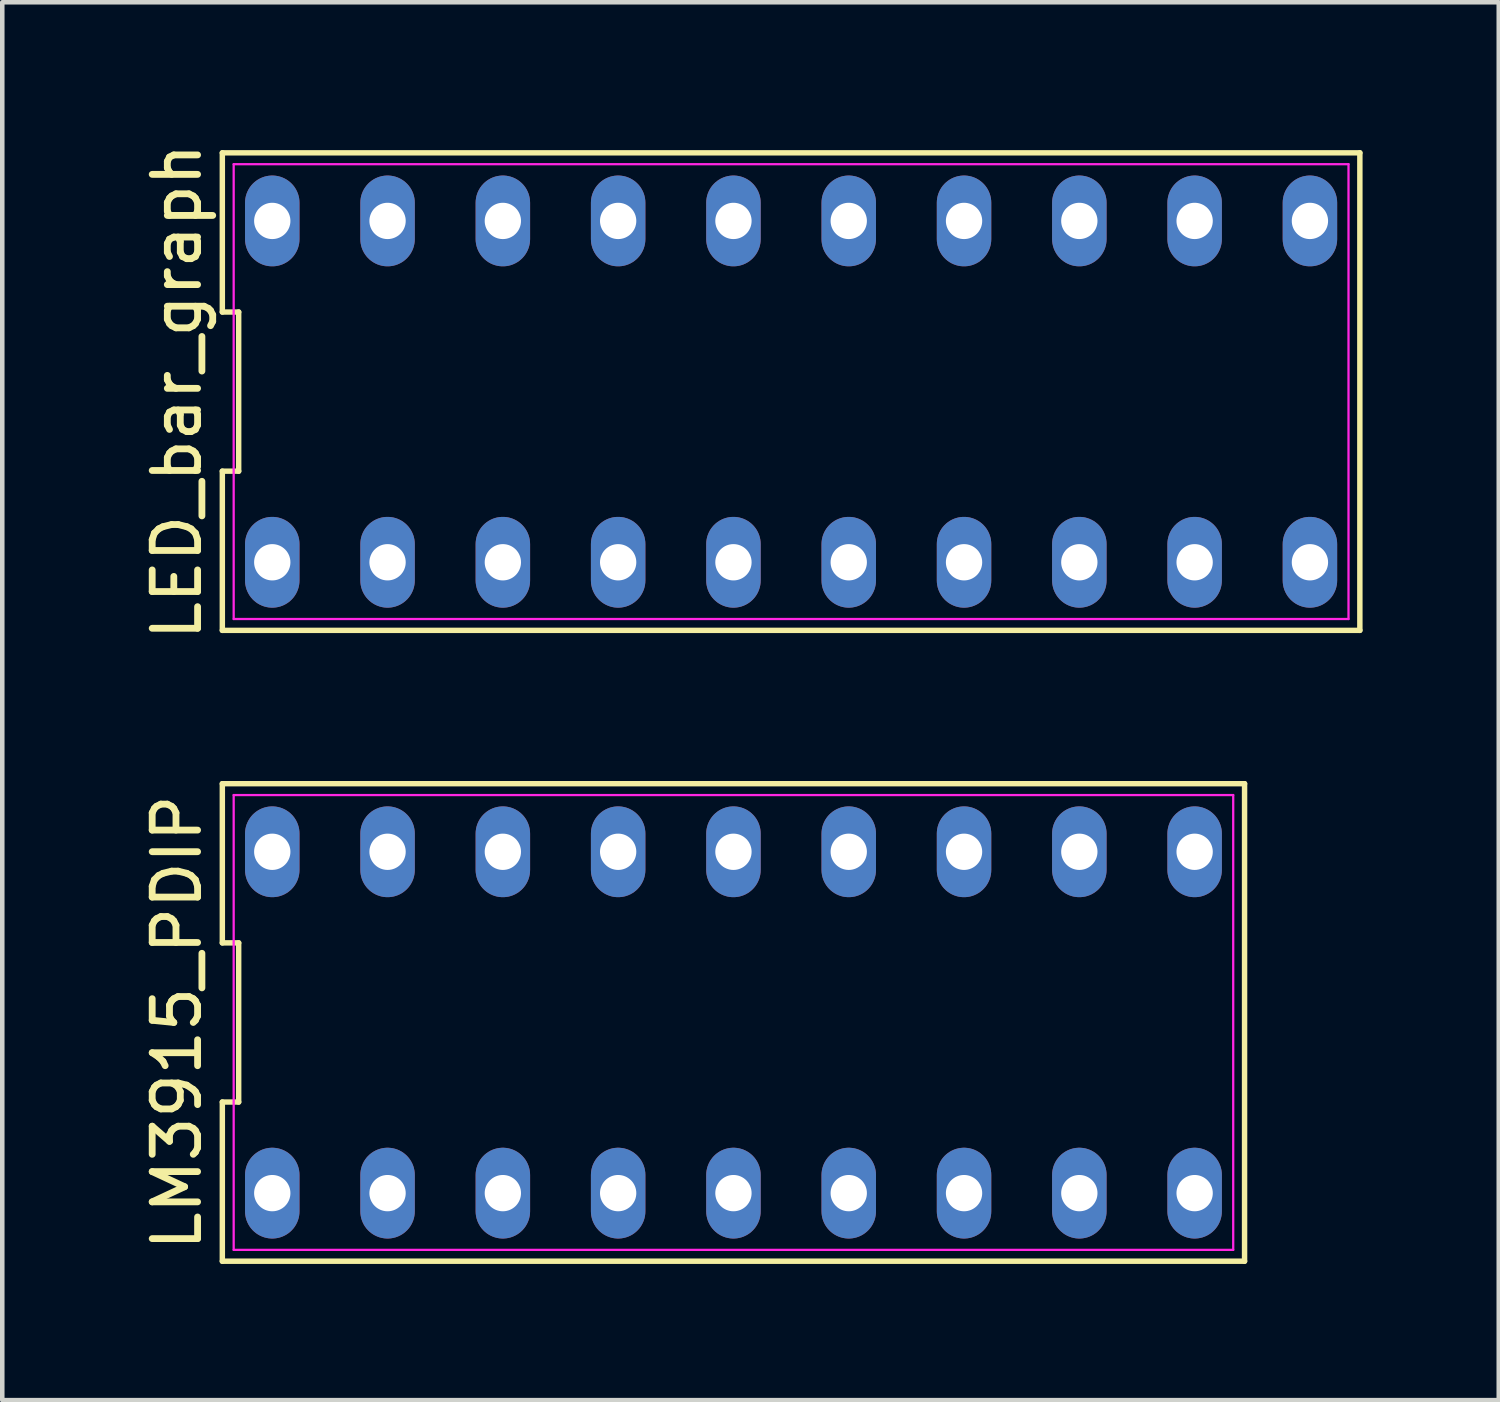
<source format=kicad_pcb>
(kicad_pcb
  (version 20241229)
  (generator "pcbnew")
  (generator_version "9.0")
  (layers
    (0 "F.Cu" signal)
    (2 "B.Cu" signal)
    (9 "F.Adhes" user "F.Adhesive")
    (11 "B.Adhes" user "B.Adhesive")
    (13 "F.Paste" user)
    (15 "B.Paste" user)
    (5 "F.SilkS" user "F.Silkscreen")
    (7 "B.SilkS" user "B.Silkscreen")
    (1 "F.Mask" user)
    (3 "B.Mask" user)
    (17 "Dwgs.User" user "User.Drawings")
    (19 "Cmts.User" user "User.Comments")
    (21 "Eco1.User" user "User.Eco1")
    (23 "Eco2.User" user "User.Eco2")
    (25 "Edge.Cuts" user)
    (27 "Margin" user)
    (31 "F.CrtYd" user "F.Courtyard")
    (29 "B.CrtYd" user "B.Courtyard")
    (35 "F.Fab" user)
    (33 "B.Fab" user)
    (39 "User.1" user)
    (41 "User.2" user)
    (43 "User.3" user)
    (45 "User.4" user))
  (footprint "LM3915_PDIP"
    (layer "F.Cu")
    (at 13.108 19.475)
    (property "Reference" "LM3915_PDIP" (at -12.26 0 90) (layer "F.SilkS") (effects (font (size 1 1) (thickness 0.15))))
    (attr through_hole)
    (fp_line (start -11.26 -5.26) (end -11.26 -1.753) (stroke (width 0.12) (type solid)) (layer "F.SilkS"))
    (fp_line (start -11.26 -1.753) (end -10.9 -1.753) (stroke (width 0.12) (type solid)) (layer "F.SilkS"))
    (fp_line (start -11.26 1.753) (end -11.26 5.26) (stroke (width 0.12) (type solid)) (layer "F.SilkS"))
    (fp_line (start -11.26 5.26) (end 11.26 5.26) (stroke (width 0.12) (type solid)) (layer "F.SilkS"))
    (fp_line (start -10.9 -1.753) (end -10.9 1.753) (stroke (width 0.12) (type solid)) (layer "F.SilkS"))
    (fp_line (start -10.9 1.753) (end -11.26 1.753) (stroke (width 0.12) (type solid)) (layer "F.SilkS"))
    (fp_line (start 11.26 -5.26) (end -11.26 -5.26) (stroke (width 0.12) (type solid)) (layer "F.SilkS"))
    (fp_line (start 11.26 5.26) (end 11.26 -5.26) (stroke (width 0.12) (type solid)) (layer "F.SilkS"))
    (fp_line (start -11.01 -5.01) (end 11.01 -5.01) (stroke (width 0.05) (type solid)) (layer "F.CrtYd"))
    (fp_line (start -11.01 5.01) (end -11.01 -5.01) (stroke (width 0.05) (type solid)) (layer "F.CrtYd"))
    (fp_line (start 11.01 -5.01) (end 11.01 5.01) (stroke (width 0.05) (type solid)) (layer "F.CrtYd"))
    (fp_line (start 11.01 5.01) (end -11.01 5.01) (stroke (width 0.05) (type solid)) (layer "F.CrtYd"))
    (pad "1" thru_hole oval (at -10.16 3.76) (size 1.2 2) (drill 0.8) (layers "*.Cu" "*.Mask"))
    (pad "2" thru_hole oval (at -7.62 3.76) (size 1.2 2) (drill 0.8) (layers "*.Cu" "*.Mask"))
    (pad "3" thru_hole oval (at -5.08 3.76) (size 1.2 2) (drill 0.8) (layers "*.Cu" "*.Mask"))
    (pad "4" thru_hole oval (at -2.54 3.76) (size 1.2 2) (drill 0.8) (layers "*.Cu" "*.Mask"))
    (pad "5" thru_hole oval (at 0 3.76) (size 1.2 2) (drill 0.8) (layers "*.Cu" "*.Mask"))
    (pad "6" thru_hole oval (at 2.54 3.76) (size 1.2 2) (drill 0.8) (layers "*.Cu" "*.Mask"))
    (pad "7" thru_hole oval (at 5.08 3.76) (size 1.2 2) (drill 0.8) (layers "*.Cu" "*.Mask"))
    (pad "8" thru_hole oval (at 7.62 3.76) (size 1.2 2) (drill 0.8) (layers "*.Cu" "*.Mask"))
    (pad "9" thru_hole oval (at 10.16 3.76) (size 1.2 2) (drill 0.8) (layers "*.Cu" "*.Mask"))
    (pad "10" thru_hole oval (at 10.16 -3.76) (size 1.2 2) (drill 0.8) (layers "*.Cu" "*.Mask"))
    (pad "11" thru_hole oval (at 7.62 -3.76) (size 1.2 2) (drill 0.8) (layers "*.Cu" "*.Mask"))
    (pad "12" thru_hole oval (at 5.08 -3.76) (size 1.2 2) (drill 0.8) (layers "*.Cu" "*.Mask"))
    (pad "13" thru_hole oval (at 2.54 -3.76) (size 1.2 2) (drill 0.8) (layers "*.Cu" "*.Mask"))
    (pad "14" thru_hole oval (at 0 -3.76) (size 1.2 2) (drill 0.8) (layers "*.Cu" "*.Mask"))
    (pad "15" thru_hole oval (at -2.54 -3.76) (size 1.2 2) (drill 0.8) (layers "*.Cu" "*.Mask"))
    (pad "16" thru_hole oval (at -5.08 -3.76) (size 1.2 2) (drill 0.8) (layers "*.Cu" "*.Mask"))
    (pad "17" thru_hole oval (at -7.62 -3.76) (size 1.2 2) (drill 0.8) (layers "*.Cu" "*.Mask"))
    (pad "18" thru_hole oval (at -10.16 -3.76) (size 1.2 2) (drill 0.8) (layers "*.Cu" "*.Mask")))
  (footprint "LED_bar_graph"
    (layer "F.Cu")
    (at 14.378 5.577)
    (property "Reference" "LED_bar_graph" (at -13.53 0 90) (layer "F.SilkS") (effects (font (size 1 1) (thickness 0.15))))
    (attr through_hole)
    (fp_line (start -12.53 -5.26) (end -12.53 -1.753) (stroke (width 0.12) (type solid)) (layer "F.SilkS"))
    (fp_line (start -12.53 -1.753) (end -12.17 -1.753) (stroke (width 0.12) (type solid)) (layer "F.SilkS"))
    (fp_line (start -12.53 1.753) (end -12.53 5.26) (stroke (width 0.12) (type solid)) (layer "F.SilkS"))
    (fp_line (start -12.53 5.26) (end 12.53 5.26) (stroke (width 0.12) (type solid)) (layer "F.SilkS"))
    (fp_line (start -12.17 -1.753) (end -12.17 1.753) (stroke (width 0.12) (type solid)) (layer "F.SilkS"))
    (fp_line (start -12.17 1.753) (end -12.53 1.753) (stroke (width 0.12) (type solid)) (layer "F.SilkS"))
    (fp_line (start 12.53 -5.26) (end -12.53 -5.26) (stroke (width 0.12) (type solid)) (layer "F.SilkS"))
    (fp_line (start 12.53 5.26) (end 12.53 -5.26) (stroke (width 0.12) (type solid)) (layer "F.SilkS"))
    (fp_line (start -12.28 -5.01) (end 12.28 -5.01) (stroke (width 0.05) (type solid)) (layer "F.CrtYd"))
    (fp_line (start -12.28 5.01) (end -12.28 -5.01) (stroke (width 0.05) (type solid)) (layer "F.CrtYd"))
    (fp_line (start 12.28 -5.01) (end 12.28 5.01) (stroke (width 0.05) (type solid)) (layer "F.CrtYd"))
    (fp_line (start 12.28 5.01) (end -12.28 5.01) (stroke (width 0.05) (type solid)) (layer "F.CrtYd"))
    (pad "1" thru_hole oval (at -11.43 3.76) (size 1.2 2) (drill 0.8) (layers "*.Cu" "*.Mask"))
    (pad "2" thru_hole oval (at -8.89 3.76) (size 1.2 2) (drill 0.8) (layers "*.Cu" "*.Mask"))
    (pad "3" thru_hole oval (at -6.35 3.76) (size 1.2 2) (drill 0.8) (layers "*.Cu" "*.Mask"))
    (pad "4" thru_hole oval (at -3.81 3.76) (size 1.2 2) (drill 0.8) (layers "*.Cu" "*.Mask"))
    (pad "5" thru_hole oval (at -1.27 3.76) (size 1.2 2) (drill 0.8) (layers "*.Cu" "*.Mask"))
    (pad "6" thru_hole oval (at 1.27 3.76) (size 1.2 2) (drill 0.8) (layers "*.Cu" "*.Mask"))
    (pad "7" thru_hole oval (at 3.81 3.76) (size 1.2 2) (drill 0.8) (layers "*.Cu" "*.Mask"))
    (pad "8" thru_hole oval (at 6.35 3.76) (size 1.2 2) (drill 0.8) (layers "*.Cu" "*.Mask"))
    (pad "9" thru_hole oval (at 8.89 3.76) (size 1.2 2) (drill 0.8) (layers "*.Cu" "*.Mask"))
    (pad "10" thru_hole oval (at 11.43 3.76) (size 1.2 2) (drill 0.8) (layers "*.Cu" "*.Mask"))
    (pad "11" thru_hole oval (at 11.43 -3.76) (size 1.2 2) (drill 0.8) (layers "*.Cu" "*.Mask"))
    (pad "12" thru_hole oval (at 8.89 -3.76) (size 1.2 2) (drill 0.8) (layers "*.Cu" "*.Mask"))
    (pad "13" thru_hole oval (at 6.35 -3.76) (size 1.2 2) (drill 0.8) (layers "*.Cu" "*.Mask"))
    (pad "14" thru_hole oval (at 3.81 -3.76) (size 1.2 2) (drill 0.8) (layers "*.Cu" "*.Mask"))
    (pad "15" thru_hole oval (at 1.27 -3.76) (size 1.2 2) (drill 0.8) (layers "*.Cu" "*.Mask"))
    (pad "16" thru_hole oval (at -1.27 -3.76) (size 1.2 2) (drill 0.8) (layers "*.Cu" "*.Mask"))
    (pad "17" thru_hole oval (at -3.81 -3.76) (size 1.2 2) (drill 0.8) (layers "*.Cu" "*.Mask"))
    (pad "18" thru_hole oval (at -6.35 -3.76) (size 1.2 2) (drill 0.8) (layers "*.Cu" "*.Mask"))
    (pad "19" thru_hole oval (at -8.89 -3.76) (size 1.2 2) (drill 0.8) (layers "*.Cu" "*.Mask"))
    (pad "20" thru_hole oval (at -11.43 -3.76) (size 1.2 2) (drill 0.8) (layers "*.Cu" "*.Mask")))
  (gr_rect
    (start -3 -3)
    (end 29.968 27.795)
    (stroke (width 0.1) (type default))
    (fill no)
    (layer "Edge.Cuts")))
</source>
